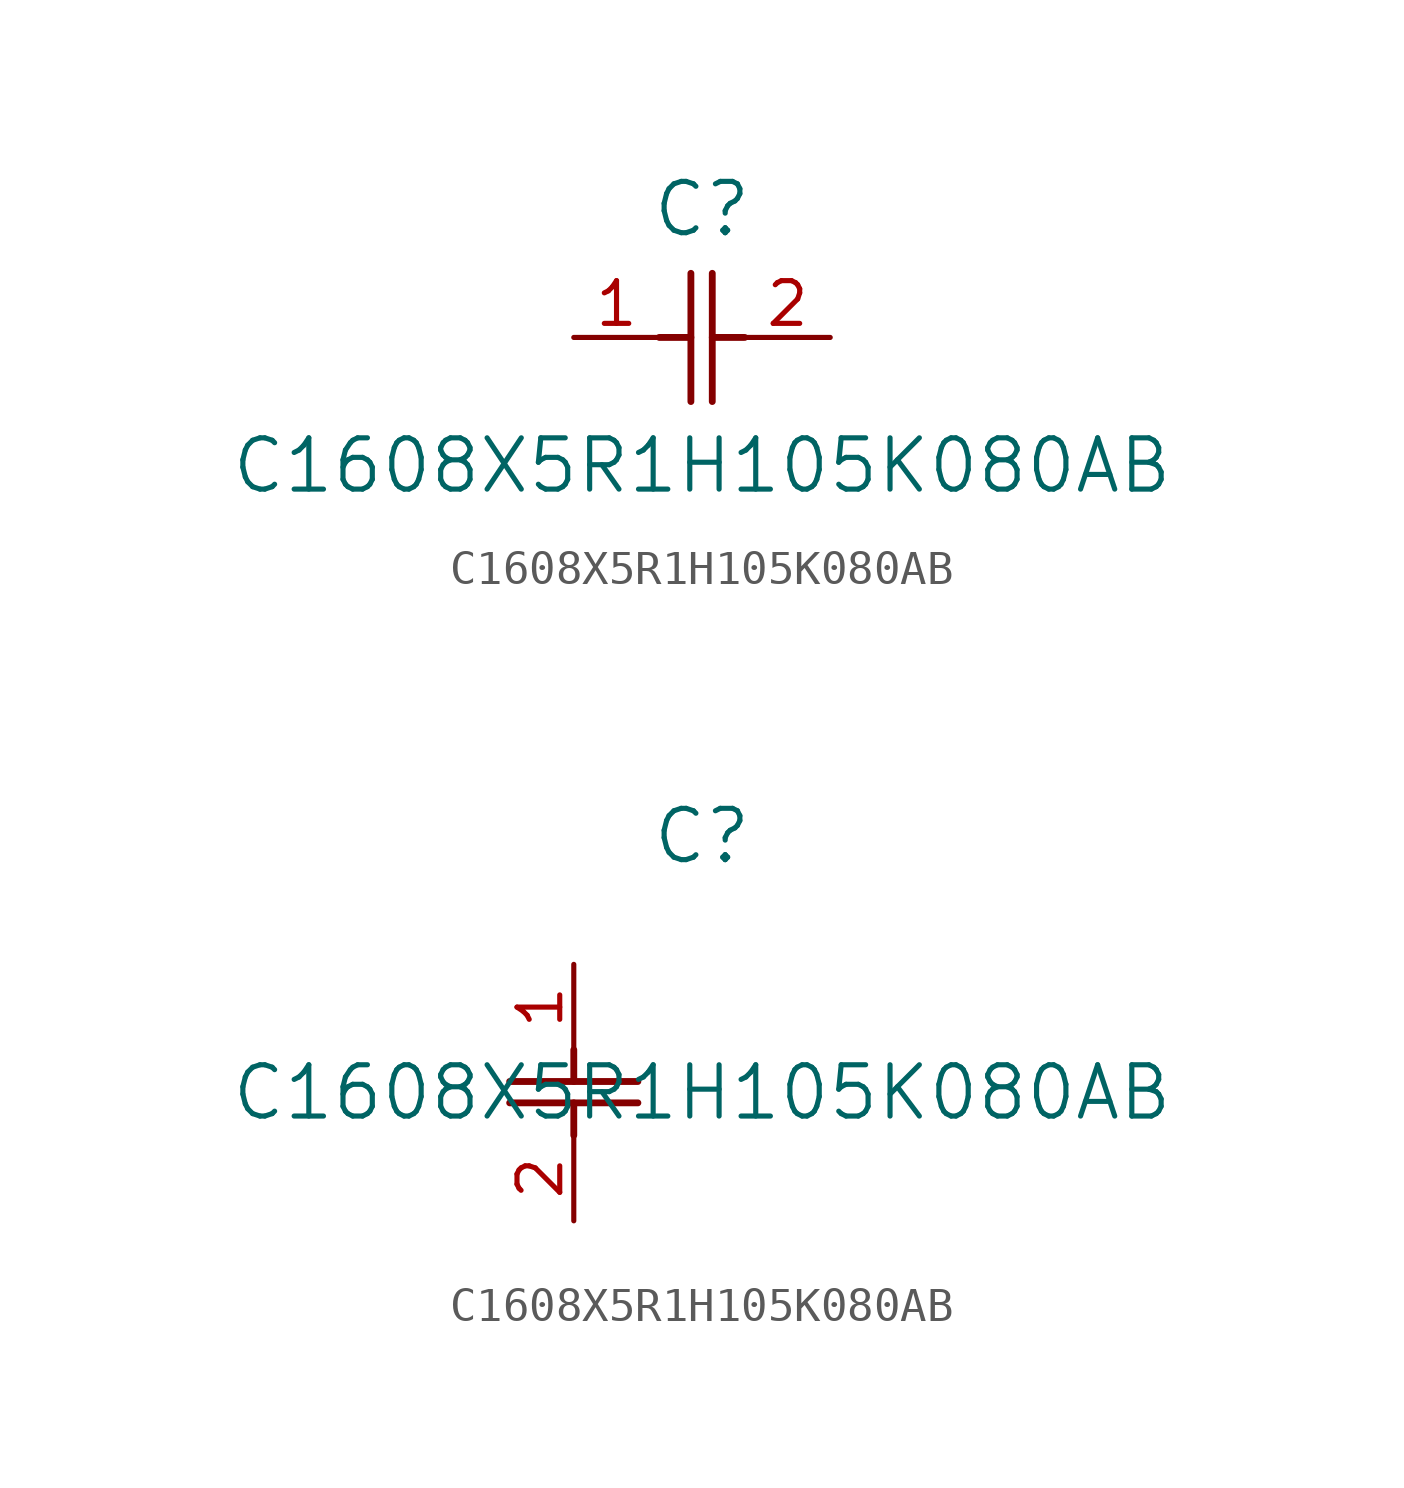
<source format=kicad_sym>
(kicad_symbol_lib
  (version 20211014)
  (generator kicad_symbol_editor)
  (symbol "C1608X5R1H105K080AB"
    (pin_names
      (offset 0.254))
    (property "Reference" "C"
      (at 3.81 3.81 0)
      (effects (font (size 1.524 1.524))))
    (property "Value" "C1608X5R1H105K080AB"
      (at 3.81 -3.81 0)
      (effects (font (size 1.524 1.524))))
    (symbol "C1608X5R1H105K080AB_1_1"
      (polyline (pts (xy 3.48 -1.905) (xy 3.48 1.905)) (stroke (width 0.203) (type default) (color 0 0 0 0)) (fill (type none)))
      (polyline (pts (xy 4.115 -1.905) (xy 4.115 1.905)) (stroke (width 0.203) (type default) (color 0 0 0 0)) (fill (type none)))
      (polyline (pts (xy 4.115 0) (xy 5.08 0)) (stroke (width 0.203) (type default) (color 0 0 0 0)) (fill (type none)))
      (polyline (pts (xy 2.54 0) (xy 3.48 0)) (stroke (width 0.203) (type default) (color 0 0 0 0)) (fill (type none)))
      (pin unspecified line (at 0 0 0) (length 2.54) (name "" (effects (font (size 1.27 1.27)))) (number "1" (effects (font (size 1.27 1.27)))))
      (pin unspecified line (at 7.62 0 180) (length 2.54) (name "" (effects (font (size 1.27 1.27)))) (number "2" (effects (font (size 1.27 1.27))))))
    (symbol "C1608X5R1H105K080AB_1_2"
      (polyline (pts (xy -1.905 -3.48) (xy 1.905 -3.48)) (stroke (width 0.203) (type default) (color 0 0 0 0)) (fill (type none)))
      (polyline (pts (xy -1.905 -4.115) (xy 1.905 -4.115)) (stroke (width 0.203) (type default) (color 0 0 0 0)) (fill (type none)))
      (polyline (pts (xy 0 -4.115) (xy 0 -5.08)) (stroke (width 0.203) (type default) (color 0 0 0 0)) (fill (type none)))
      (polyline (pts (xy 0 -2.54) (xy 0 -3.48)) (stroke (width 0.203) (type default) (color 0 0 0 0)) (fill (type none)))
      (pin unspecified line (at 0 0 270) (length 2.54) (name "" (effects (font (size 1.27 1.27)))) (number "1" (effects (font (size 1.27 1.27)))))
      (pin unspecified line (at 0 -7.62 90) (length 2.54) (name "" (effects (font (size 1.27 1.27)))) (number "2" (effects (font (size 1.27 1.27))))))))
</source>
